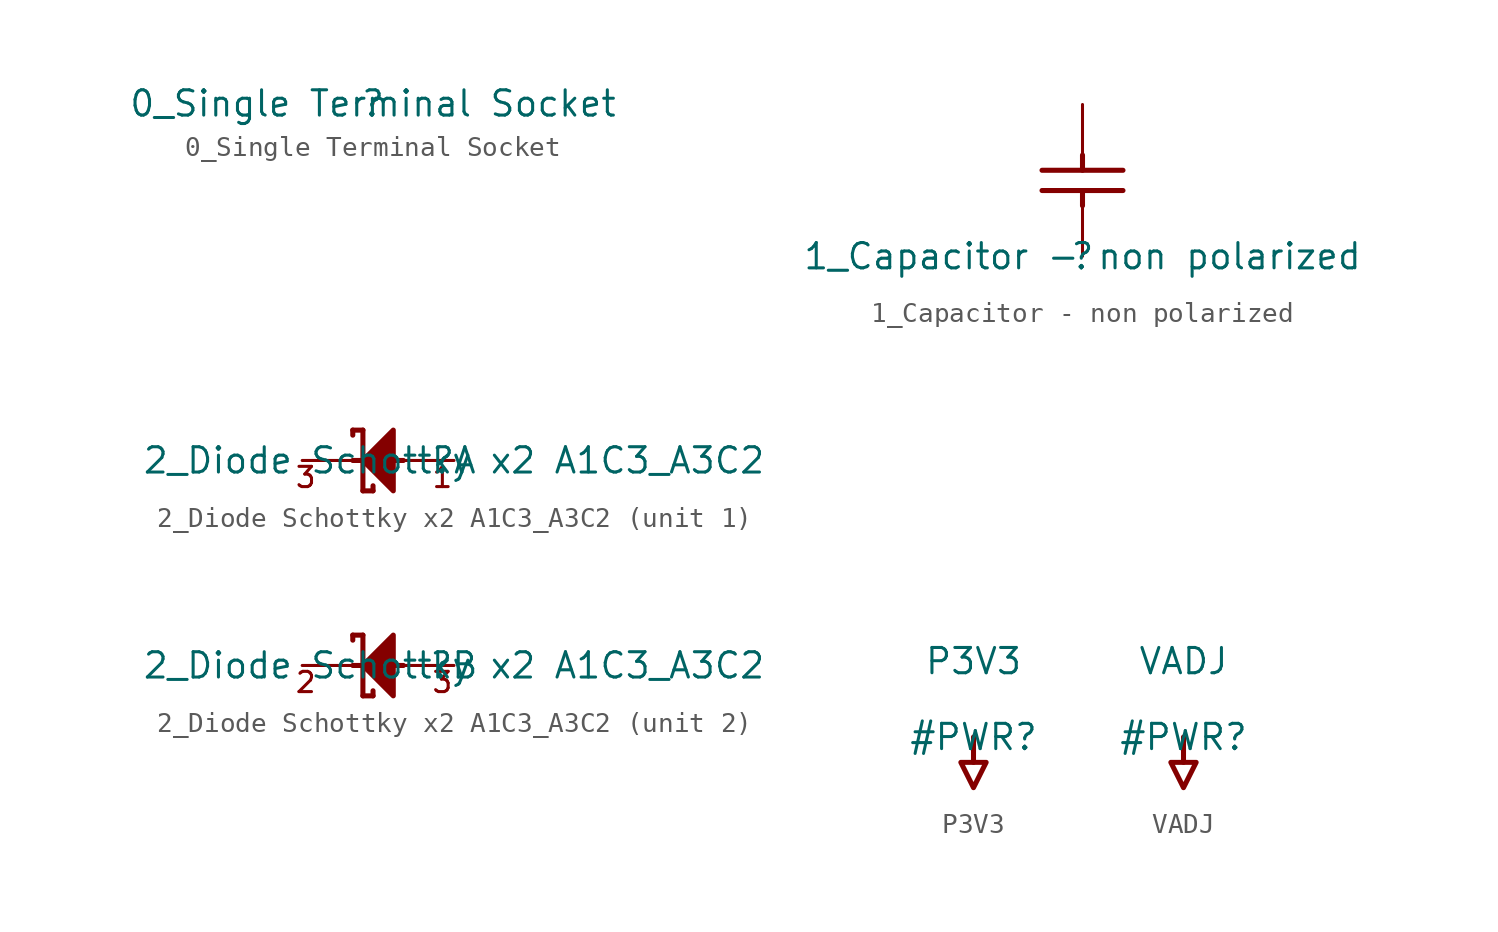
<source format=kicad_sym>
(kicad_symbol_lib
  (version 20211014)
  (generator kicad_symbol_editor)
  (symbol "0_Single Terminal Socket"
    (property "Reference" ""
      (at 0 0 0)
      (effects (font (size 1.27 1.27))))
    (property "Value" "0_Single Terminal Socket"
      (at 0 0 0)
      (effects (font (size 1.27 1.27))))
    (symbol "0_Single Terminal Socket_1_0"
      (pin bidirectional line (at 0 0 180) (length 0) (name "1" (effects (font (size 0 0)))) (number "1" (effects (font (size 0 0)))))))
  (symbol "1_Capacitor - non polarized"
    (property "Reference" ""
      (at 0 0 0)
      (effects (font (size 1.27 1.27))))
    (property "Value" "1_Capacitor - non polarized"
      (at 0 0 0)
      (effects (font (size 1.27 1.27))))
    (symbol "1_Capacitor - non polarized_1_0"
      (polyline (pts (xy -2.032 4.318) (xy 2.032 4.318)) (stroke (width 0.254) (type default) (color 0 0 0 0)) (fill (type none)))
      (polyline (pts (xy 0 2.54) (xy 0 3.302)) (stroke (width 0.254) (type default) (color 0 0 0 0)) (fill (type none)))
      (polyline (pts (xy 0 5.08) (xy 0 4.318)) (stroke (width 0.254) (type default) (color 0 0 0 0)) (fill (type none)))
      (polyline (pts (xy 2.032 3.302) (xy -2.032 3.302)) (stroke (width 0.254) (type default) (color 0 0 0 0)) (fill (type none)))
      (pin passive line (at 0 0 90) (length 2.54) (name "1" (effects (font (size 0 0)))) (number "1" (effects (font (size 0 0)))))
      (pin passive line (at 0 7.62 270) (length 2.54) (name "2" (effects (font (size 0 0)))) (number "2" (effects (font (size 0 0)))))))
  (symbol "2_Diode Schottky x2 A1C3_A3C2"
    (property "Reference" ""
      (at 0 0 0)
      (effects (font (size 1.27 1.27))))
    (property "Value" "2_Diode Schottky x2 A1C3_A3C2"
      (at 0 0 0)
      (effects (font (size 1.27 1.27))))
    (symbol "2_Diode Schottky x2 A1C3_A3C2_1_0"
      (polyline (pts (xy -5.08 1.27) (xy -5.08 1.524)) (stroke (width 0.254) (type default) (color 0 0 0 0)) (fill (type none)))
      (polyline (pts (xy -5.08 1.524) (xy -4.572 1.524)) (stroke (width 0.254) (type default) (color 0 0 0 0)) (fill (type none)))
      (polyline (pts (xy -4.572 -1.524) (xy -4.572 1.524)) (stroke (width 0.254) (type default) (color 0 0 0 0)) (fill (type none)))
      (polyline (pts (xy -4.572 -1.524) (xy -4.064 -1.524)) (stroke (width 0.254) (type default) (color 0 0 0 0)) (fill (type none)))
      (polyline (pts (xy -4.064 -1.524) (xy -4.064 -1.27)) (stroke (width 0.254) (type default) (color 0 0 0 0)) (fill (type none)))
      (polyline (pts (xy -2.54 0) (xy -5.08 0)) (stroke (width 0.254) (type default) (color 0 0 0 0)) (fill (type none)))
      (polyline (pts (xy -3.048 1.524) (xy -4.572 0) (xy -3.048 -1.524) (xy -3.048 1.524)) (stroke (width 0.254) (type default) (color 0 0 0 0)) (fill (type outline)))
      (text "1" (at 0 -0.254 0) (effects (font (size 1.016 1.016)) (justify right top)))
      (text "3" (at -6.858 -0.254 0) (effects (font (size 1.016 1.016)) (justify right top)))
      (pin passive line (at 0 0 180) (length 2.54) (name "A" (effects (font (size 0 0)))) (number "1" (effects (font (size 0 0)))))
      (pin passive line (at -7.62 0 0) (length 2.54) (name "COMAC" (effects (font (size 0 0)))) (number "3" (effects (font (size 0 0))))))
    (symbol "2_Diode Schottky x2 A1C3_A3C2_2_0"
      (polyline (pts (xy -5.08 1.27) (xy -5.08 1.524)) (stroke (width 0.254) (type default) (color 0 0 0 0)) (fill (type none)))
      (polyline (pts (xy -5.08 1.524) (xy -4.572 1.524)) (stroke (width 0.254) (type default) (color 0 0 0 0)) (fill (type none)))
      (polyline (pts (xy -4.572 -1.524) (xy -4.572 1.524)) (stroke (width 0.254) (type default) (color 0 0 0 0)) (fill (type none)))
      (polyline (pts (xy -4.572 -1.524) (xy -4.064 -1.524)) (stroke (width 0.254) (type default) (color 0 0 0 0)) (fill (type none)))
      (polyline (pts (xy -4.064 -1.524) (xy -4.064 -1.27)) (stroke (width 0.254) (type default) (color 0 0 0 0)) (fill (type none)))
      (polyline (pts (xy -2.54 0) (xy -5.08 0)) (stroke (width 0.254) (type default) (color 0 0 0 0)) (fill (type none)))
      (polyline (pts (xy -3.048 1.524) (xy -4.572 0) (xy -3.048 -1.524) (xy -3.048 1.524)) (stroke (width 0.254) (type default) (color 0 0 0 0)) (fill (type outline)))
      (text "2" (at -6.858 -0.254 0) (effects (font (size 1.016 1.016)) (justify right top)))
      (text "3" (at 0 -0.254 0) (effects (font (size 1.016 1.016)) (justify right top)))
      (pin passive line (at -7.62 0 0) (length 2.54) (name "C" (effects (font (size 0 0)))) (number "2" (effects (font (size 0 0)))))
      (pin passive line (at 0 0 180) (length 2.54) (name "COMAC" (effects (font (size 0 0)))) (number "3" (effects (font (size 0 0)))))))
  (symbol "P3V3"
    (power)
    (property "Reference" "#PWR"
      (at 0 0 0)
      (effects (font (size 1.27 1.27))))
    (property "Value" "P3V3"
      (at 0 3.81 0)
      (effects (font (size 1.27 1.27))))
    (symbol "P3V3_0_0"
      (polyline (pts (xy 0 0) (xy 0 -1.27)) (stroke (width 0.254) (type default) (color 0 0 0 0)) (fill (type none)))
      (polyline (pts (xy -0.635 -1.27) (xy 0.635 -1.27) (xy 0 -2.54) (xy -0.635 -1.27)) (stroke (width 0.254) (type default) (color 0 0 0 0)) (fill (type none)))
      (pin power_in line (at 0 0 0) (length 0) hide (name "P3V3" (effects (font (size 1.27 1.27)))) (number "" (effects (font (size 1.27 1.27)))))))
  (symbol "VADJ"
    (power)
    (property "Reference" "#PWR"
      (at 0 0 0)
      (effects (font (size 1.27 1.27))))
    (property "Value" "VADJ"
      (at 0 3.81 0)
      (effects (font (size 1.27 1.27))))
    (symbol "VADJ_0_0"
      (polyline (pts (xy 0 0) (xy 0 -1.27)) (stroke (width 0.254) (type default) (color 0 0 0 0)) (fill (type none)))
      (polyline (pts (xy -0.635 -1.27) (xy 0.635 -1.27) (xy 0 -2.54) (xy -0.635 -1.27)) (stroke (width 0.254) (type default) (color 0 0 0 0)) (fill (type none)))
      (pin power_in line (at 0 0 0) (length 0) hide (name "VADJ" (effects (font (size 1.27 1.27)))) (number "" (effects (font (size 1.27 1.27))))))))
</source>
